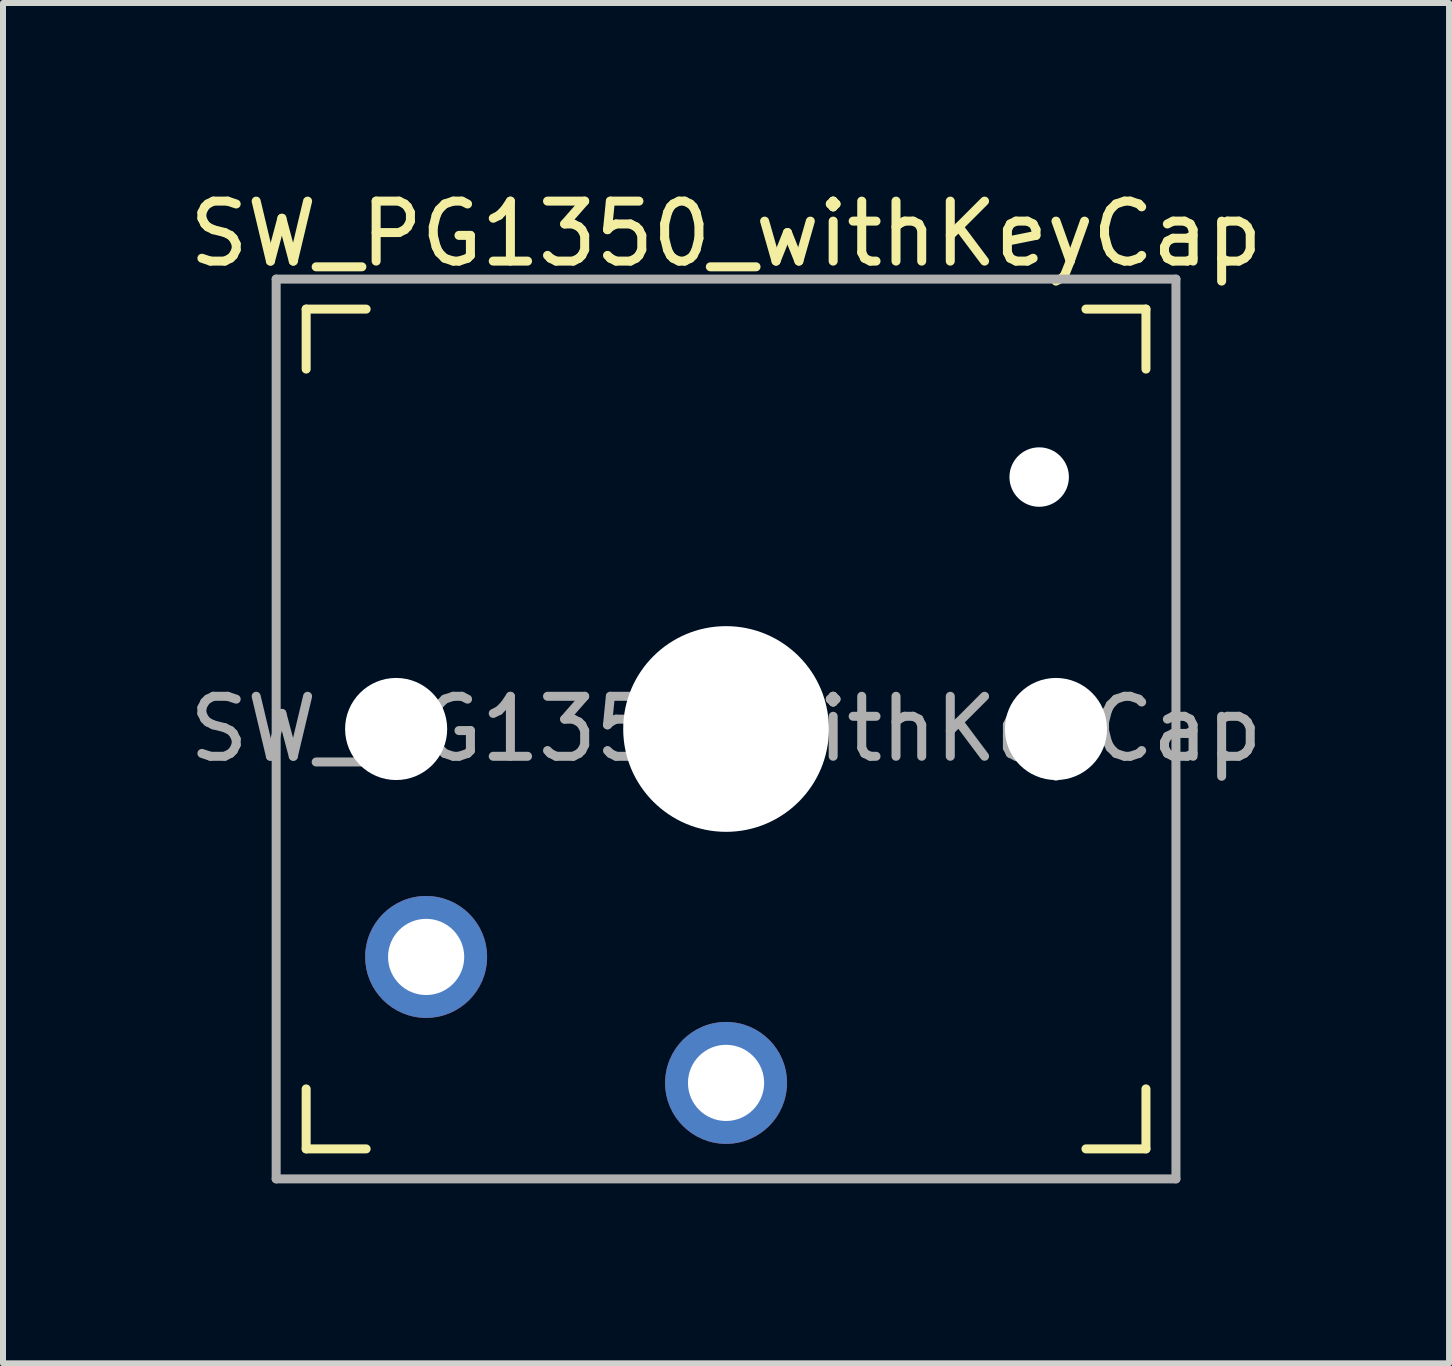
<source format=kicad_pcb>
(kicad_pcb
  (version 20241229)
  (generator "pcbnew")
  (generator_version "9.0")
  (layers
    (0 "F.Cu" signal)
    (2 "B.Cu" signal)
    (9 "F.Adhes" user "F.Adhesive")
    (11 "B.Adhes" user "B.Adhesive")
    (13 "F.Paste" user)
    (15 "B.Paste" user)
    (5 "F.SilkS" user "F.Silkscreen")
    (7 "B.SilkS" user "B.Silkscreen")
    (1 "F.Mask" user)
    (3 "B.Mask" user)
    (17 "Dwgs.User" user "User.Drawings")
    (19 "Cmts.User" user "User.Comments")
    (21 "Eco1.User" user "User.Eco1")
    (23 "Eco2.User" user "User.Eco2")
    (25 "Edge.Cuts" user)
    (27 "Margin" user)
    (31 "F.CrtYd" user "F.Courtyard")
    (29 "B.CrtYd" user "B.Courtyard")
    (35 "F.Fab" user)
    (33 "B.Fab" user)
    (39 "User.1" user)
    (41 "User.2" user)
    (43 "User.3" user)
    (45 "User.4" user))
  (footprint "SW_PG1350_withKeyCap"
    (layer "F.Cu")
    (at 9.054 9.103)
    (property "Reference" "SW_PG1350_withKeyCap" (at 0 -8.255 0) (layer "F.SilkS") (effects (font (size 1 1) (thickness 0.15))))
    (attr through_hole)
    (fp_line (start -7 -6) (end -7 -7) (stroke (width 0.15) (type solid)) (layer "F.SilkS"))
    (fp_line (start -7 7) (end -7 6) (stroke (width 0.15) (type solid)) (layer "F.SilkS"))
    (fp_line (start -7 7) (end -6 7) (stroke (width 0.15) (type solid)) (layer "F.SilkS"))
    (fp_line (start -6 -7) (end -7 -7) (stroke (width 0.15) (type solid)) (layer "F.SilkS"))
    (fp_line (start 6 7) (end 7 7) (stroke (width 0.15) (type solid)) (layer "F.SilkS"))
    (fp_line (start 7 -7) (end 6 -7) (stroke (width 0.15) (type solid)) (layer "F.SilkS"))
    (fp_line (start 7 -7) (end 7 -6) (stroke (width 0.15) (type solid)) (layer "F.SilkS"))
    (fp_line (start 7 6) (end 7 7) (stroke (width 0.15) (type solid)) (layer "F.SilkS"))
    (fp_line (start -6.9 6.9) (end -6.9 -6.9) (stroke (width 0.15) (type solid)) (layer "Eco2.User"))
    (fp_line (start -6.9 6.9) (end 6.9 6.9) (stroke (width 0.15) (type solid)) (layer "Eco2.User"))
    (fp_line (start -2.6 -3.1) (end -2.6 -6.3) (stroke (width 0.15) (type solid)) (layer "Eco2.User"))
    (fp_line (start -2.6 -3.1) (end 2.6 -3.1) (stroke (width 0.15) (type solid)) (layer "Eco2.User"))
    (fp_line (start 2.6 -6.3) (end -2.6 -6.3) (stroke (width 0.15) (type solid)) (layer "Eco2.User"))
    (fp_line (start 2.6 -3.1) (end 2.6 -6.3) (stroke (width 0.15) (type solid)) (layer "Eco2.User"))
    (fp_line (start 6.9 -6.9) (end -6.9 -6.9) (stroke (width 0.15) (type solid)) (layer "Eco2.User"))
    (fp_line (start 6.9 -6.9) (end 6.9 6.9) (stroke (width 0.15) (type solid)) (layer "Eco2.User"))
    (fp_line (start -7.5 -7.5) (end 7.5 -7.5) (stroke (width 0.15) (type solid)) (layer "F.Fab"))
    (fp_line (start -7.5 7.5) (end -7.5 -7.5) (stroke (width 0.15) (type solid)) (layer "F.Fab"))
    (fp_line (start 7.5 -7.5) (end 7.5 7.5) (stroke (width 0.15) (type solid)) (layer "F.Fab"))
    (fp_line (start 7.5 7.5) (end -7.5 7.5) (stroke (width 0.15) (type solid)) (layer "F.Fab"))
    (fp_text user "${REFERENCE}" (at 0 0 0) (layer "F.Fab") (effects (font (size 1 1) (thickness 0.15))))
    (pad "" np_thru_hole circle (at -5.5 0) (size 1.702 1.702) (drill 1.702) (layers "*.Cu" "*.Mask"))
    (pad "" np_thru_hole circle (at 0 0) (size 3.429 3.429) (drill 3.429) (layers "*.Cu" "*.Mask"))
    (pad "" np_thru_hole circle (at 5.22 -4.2) (size 0.991 0.991) (drill 0.991) (layers "*.Cu" "*.Mask"))
    (pad "" np_thru_hole circle (at 5.5 0) (size 1.702 1.702) (drill 1.702) (layers "*.Cu" "*.Mask"))
    (pad "1" thru_hole circle (at 0 5.9) (size 2.032 2.032) (drill 1.27) (layers "*.Cu" "*.Mask"))
    (pad "2" thru_hole circle (at -5 3.8) (size 2.032 2.032) (drill 1.27) (layers "*.Cu" "*.Mask")))
  (gr_rect
    (start -3 -3)
    (end 21.107 19.678)
    (stroke (width 0.1) (type default))
    (fill no)
    (layer "Edge.Cuts")))
</source>
